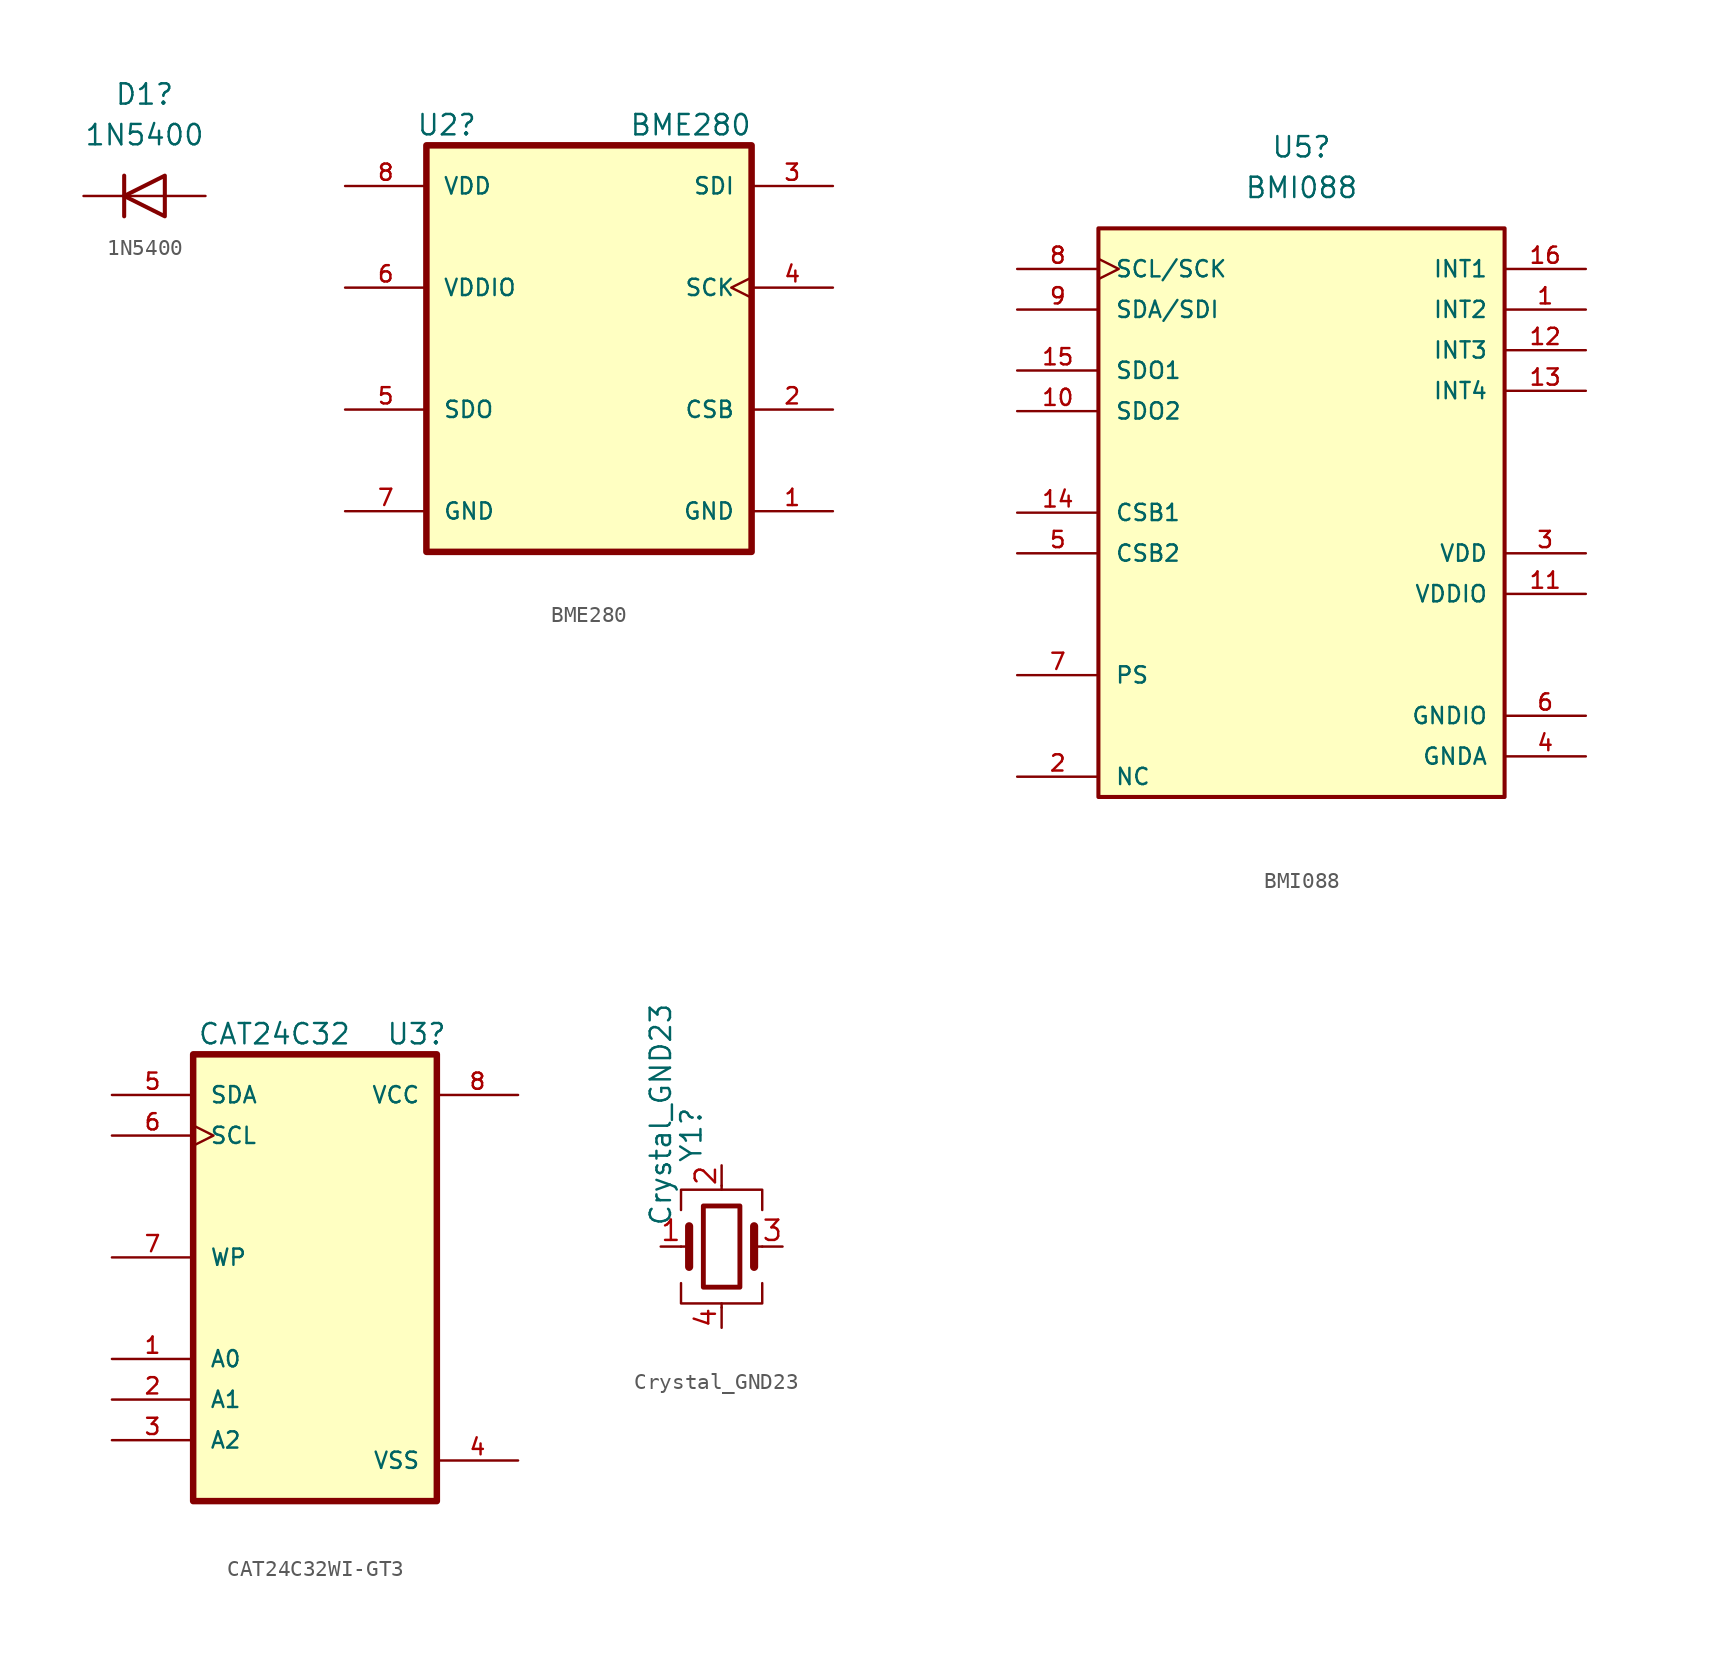
<source format=kicad_sym>
(kicad_symbol_lib
  (version 20220914)
  (generator kicad_symbol_editor)
  (symbol "1N5400"
    (pin_numbers hide)
    (pin_names hide)
    (property "Reference" "D1"
      (at 0 6.35 0)
      (effects (font (size 1.27 1.27))))
    (property "Value" "1N5400"
      (at 0 3.81 0)
      (effects (font (size 1.27 1.27))))
    (symbol "1N5400_0_1"
      (polyline (pts (xy -1.27 1.27) (xy -1.27 -1.27)) (stroke (width 0.254) (type default)) (fill (type none)))
      (polyline (pts (xy 1.27 0) (xy -1.27 0)) (stroke (width 0) (type default)) (fill (type none)))
      (polyline (pts (xy 1.27 1.27) (xy 1.27 -1.27) (xy -1.27 0) (xy 1.27 1.27)) (stroke (width 0.254) (type default)) (fill (type none))))
    (symbol "1N5400_1_1"
      (pin power_out line (at -3.81 0 0) (length 2.54) (name "K" (effects (font (size 1.27 1.27)))) (number "1" (effects (font (size 1.27 1.27)))))
      (pin power_in line (at 3.81 0 180) (length 2.54) (name "A" (effects (font (size 1.27 1.27)))) (number "2" (effects (font (size 1.27 1.27)))))))
  (symbol "BME280"
    (pin_names
      (offset 1.016))
    (property "Reference" "U2"
      (at -8.89 13.97 0)
      (effects (font (size 1.27 1.27))))
    (property "Value" "BME280"
      (at 6.35 13.97 0)
      (effects (font (size 1.27 1.27))))
    (symbol "BME280_0_0"
      (rectangle (start -10.16 -12.7) (end 10.16 12.7) (stroke (width 0.406) (type default)) (fill (type background)))
      (pin power_in line (at 15.24 -10.16 180) (length 5.08) (name "GND" (effects (font (size 1.016 1.016)))) (number "1" (effects (font (size 1.016 1.016)))))
      (pin input line (at 15.24 -3.81 180) (length 5.08) (name "CSB" (effects (font (size 1.016 1.016)))) (number "2" (effects (font (size 1.016 1.016)))))
      (pin bidirectional line (at 15.24 10.16 180) (length 5.08) (name "SDI" (effects (font (size 1.016 1.016)))) (number "3" (effects (font (size 1.016 1.016)))))
      (pin input clock (at 15.24 3.81 180) (length 5.08) (name "SCK" (effects (font (size 1.016 1.016)))) (number "4" (effects (font (size 1.016 1.016)))))
      (pin passive line (at -15.24 -3.81 0) (length 5.08) (name "SDO" (effects (font (size 1.016 1.016)))) (number "5" (effects (font (size 1.016 1.016)))))
      (pin power_in line (at -15.24 3.81 0) (length 5.08) (name "VDDIO" (effects (font (size 1.016 1.016)))) (number "6" (effects (font (size 1.016 1.016)))))
      (pin power_in line (at -15.24 -10.16 0) (length 5.08) (name "GND" (effects (font (size 1.016 1.016)))) (number "7" (effects (font (size 1.016 1.016)))))
      (pin power_in line (at -15.24 10.16 0) (length 5.08) (name "VDD" (effects (font (size 1.016 1.016)))) (number "8" (effects (font (size 1.016 1.016)))))))
  (symbol "BMI088"
    (pin_names
      (offset 1.016))
    (property "Reference" "U5"
      (at 0 22.86 0)
      (effects (font (size 1.27 1.27))))
    (property "Value" "BMI088"
      (at 0 20.32 0)
      (effects (font (size 1.27 1.27))))
    (symbol "BMI088_0_0"
      (rectangle (start -12.7 -17.78) (end 12.7 17.78) (stroke (width 0.254) (type default)) (fill (type background)))
      (pin bidirectional line (at 17.78 12.7 180) (length 5.08) (name "INT2" (effects (font (size 1.016 1.016)))) (number "1" (effects (font (size 1.016 1.016)))))
      (pin bidirectional line (at -17.78 6.35 0) (length 5.08) (name "SDO2" (effects (font (size 1.016 1.016)))) (number "10" (effects (font (size 1.016 1.016)))))
      (pin power_in line (at 17.78 -5.08 180) (length 5.08) (name "VDDIO" (effects (font (size 1.016 1.016)))) (number "11" (effects (font (size 1.016 1.016)))))
      (pin bidirectional line (at 17.78 10.16 180) (length 5.08) (name "INT3" (effects (font (size 1.016 1.016)))) (number "12" (effects (font (size 1.016 1.016)))))
      (pin bidirectional line (at 17.78 7.62 180) (length 5.08) (name "INT4" (effects (font (size 1.016 1.016)))) (number "13" (effects (font (size 1.016 1.016)))))
      (pin input line (at -17.78 0 0) (length 5.08) (name "CSB1" (effects (font (size 1.016 1.016)))) (number "14" (effects (font (size 1.016 1.016)))))
      (pin output line (at -17.78 8.89 0) (length 5.08) (name "SDO1" (effects (font (size 1.016 1.016)))) (number "15" (effects (font (size 1.016 1.016)))))
      (pin bidirectional line (at 17.78 15.24 180) (length 5.08) (name "INT1" (effects (font (size 1.016 1.016)))) (number "16" (effects (font (size 1.016 1.016)))))
      (pin passive line (at -17.78 -16.51 0) (length 5.08) (name "NC" (effects (font (size 1.016 1.016)))) (number "2" (effects (font (size 1.016 1.016)))))
      (pin power_in line (at 17.78 -2.54 180) (length 5.08) (name "VDD" (effects (font (size 1.016 1.016)))) (number "3" (effects (font (size 1.016 1.016)))))
      (pin power_in line (at 17.78 -15.24 180) (length 5.08) (name "GNDA" (effects (font (size 1.016 1.016)))) (number "4" (effects (font (size 1.016 1.016)))))
      (pin input line (at -17.78 -2.54 0) (length 5.08) (name "CSB2" (effects (font (size 1.016 1.016)))) (number "5" (effects (font (size 1.016 1.016)))))
      (pin power_in line (at 17.78 -12.7 180) (length 5.08) (name "GNDIO" (effects (font (size 1.016 1.016)))) (number "6" (effects (font (size 1.016 1.016)))))
      (pin input line (at -17.78 -10.16 0) (length 5.08) (name "PS" (effects (font (size 1.016 1.016)))) (number "7" (effects (font (size 1.016 1.016)))))
      (pin input clock (at -17.78 15.24 0) (length 5.08) (name "SCL/SCK" (effects (font (size 1.016 1.016)))) (number "8" (effects (font (size 1.016 1.016)))))
      (pin bidirectional line (at -17.78 12.7 0) (length 5.08) (name "SDA/SDI" (effects (font (size 1.016 1.016)))) (number "9" (effects (font (size 1.016 1.016)))))))
  (symbol "CAT24C32WI-GT3"
    (pin_names
      (offset 1.016))
    (property "Reference" "U3"
      (at 6.35 13.97 0)
      (effects (font (size 1.27 1.27))))
    (property "Value" "CAT24C32"
      (at -2.54 13.97 0)
      (effects (font (size 1.27 1.27))))
    (symbol "CAT24C32WI-GT3_0_0"
      (rectangle (start -7.62 -15.24) (end 7.62 12.7) (stroke (width 0.406) (type default)) (fill (type background)))
      (pin input line (at -12.7 -6.35 0) (length 5.08) (name "A0" (effects (font (size 1.016 1.016)))) (number "1" (effects (font (size 1.016 1.016)))))
      (pin input line (at -12.7 -8.89 0) (length 5.08) (name "A1" (effects (font (size 1.016 1.016)))) (number "2" (effects (font (size 1.016 1.016)))))
      (pin input line (at -12.7 -11.43 0) (length 5.08) (name "A2" (effects (font (size 1.016 1.016)))) (number "3" (effects (font (size 1.016 1.016)))))
      (pin passive line (at 12.7 -12.7 180) (length 5.08) (name "VSS" (effects (font (size 1.016 1.016)))) (number "4" (effects (font (size 1.016 1.016)))))
      (pin bidirectional line (at -12.7 10.16 0) (length 5.08) (name "SDA" (effects (font (size 1.016 1.016)))) (number "5" (effects (font (size 1.016 1.016)))))
      (pin input clock (at -12.7 7.62 0) (length 5.08) (name "SCL" (effects (font (size 1.016 1.016)))) (number "6" (effects (font (size 1.016 1.016)))))
      (pin input line (at -12.7 0 0) (length 5.08) (name "WP" (effects (font (size 1.016 1.016)))) (number "7" (effects (font (size 1.016 1.016)))))
      (pin power_in line (at 12.7 10.16 180) (length 5.08) (name "VCC" (effects (font (size 1.016 1.016)))) (number "8" (effects (font (size 1.016 1.016)))))))
  (symbol "Crystal_GND23"
    (pin_names
      (offset 1.016) hide)
    (property "Reference" "Y1"
      (at -1.905 6.985 90)
      (effects (font (size 1.27 1.27))))
    (property "Value" "Crystal_GND23"
      (at -3.81 8.255 90)
      (effects (font (size 1.27 1.27))))
    (symbol "Crystal_GND23_0_1"
      (rectangle (start -1.143 2.54) (end 1.143 -2.54) (stroke (width 0.305) (type default)) (fill (type none)))
      (polyline (pts (xy -2.54 0) (xy -2.032 0)) (stroke (width 0) (type default)) (fill (type none)))
      (polyline (pts (xy -2.032 -1.27) (xy -2.032 1.27)) (stroke (width 0.508) (type default)) (fill (type none)))
      (polyline (pts (xy 0 -3.81) (xy 0 -3.556)) (stroke (width 0) (type default)) (fill (type none)))
      (polyline (pts (xy 0 3.556) (xy 0 3.81)) (stroke (width 0) (type default)) (fill (type none)))
      (polyline (pts (xy 2.032 -1.27) (xy 2.032 1.27)) (stroke (width 0.508) (type default)) (fill (type none)))
      (polyline (pts (xy 2.032 0) (xy 2.54 0)) (stroke (width 0) (type default)) (fill (type none)))
      (polyline (pts (xy -2.54 -2.286) (xy -2.54 -3.556) (xy 2.54 -3.556) (xy 2.54 -2.286)) (stroke (width 0) (type default)) (fill (type none)))
      (polyline (pts (xy -2.54 2.286) (xy -2.54 3.556) (xy 2.54 3.556) (xy 2.54 2.286)) (stroke (width 0) (type default)) (fill (type none))))
    (symbol "Crystal_GND23_1_1"
      (pin passive line (at -3.81 0 0) (length 1.27) (name "1" (effects (font (size 1.27 1.27)))) (number "1" (effects (font (size 1.27 1.27)))))
      (pin passive line (at 0 5.08 270) (length 1.27) (name "2" (effects (font (size 1.27 1.27)))) (number "2" (effects (font (size 1.27 1.27)))))
      (pin passive line (at 3.81 0 180) (length 1.27) (name "3" (effects (font (size 1.27 1.27)))) (number "3" (effects (font (size 1.27 1.27)))))
      (pin passive line (at 0 -5.08 90) (length 1.27) (name "4" (effects (font (size 1.27 1.27)))) (number "4" (effects (font (size 1.27 1.27))))))))
</source>
